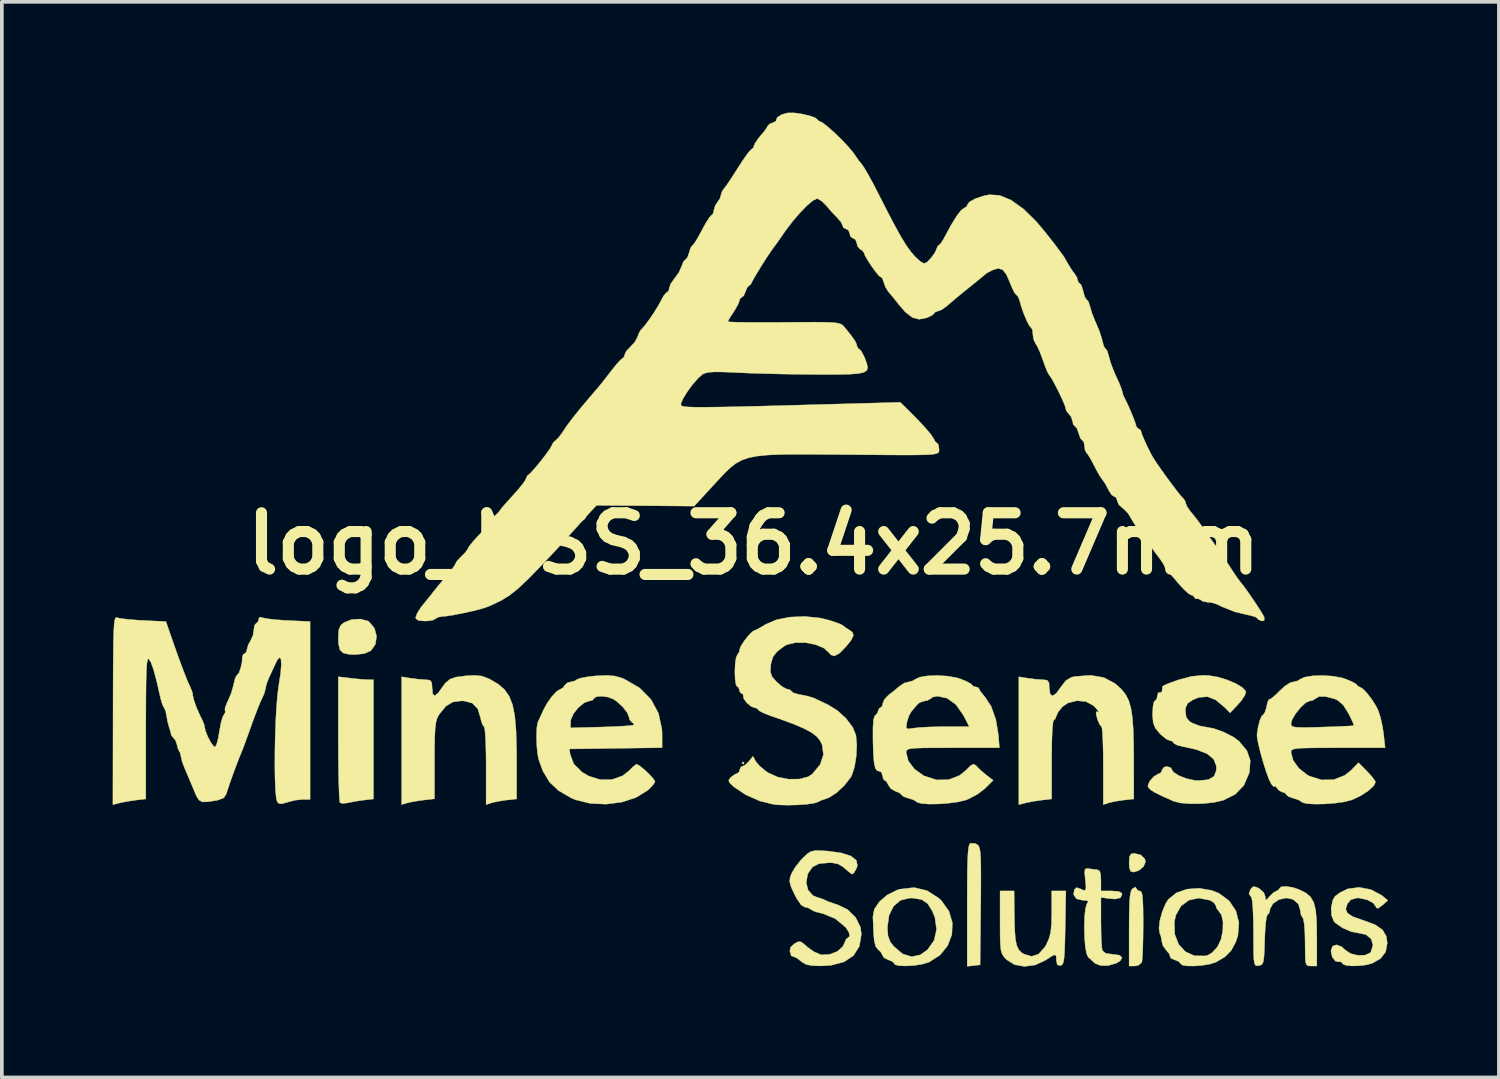
<source format=kicad_pcb>
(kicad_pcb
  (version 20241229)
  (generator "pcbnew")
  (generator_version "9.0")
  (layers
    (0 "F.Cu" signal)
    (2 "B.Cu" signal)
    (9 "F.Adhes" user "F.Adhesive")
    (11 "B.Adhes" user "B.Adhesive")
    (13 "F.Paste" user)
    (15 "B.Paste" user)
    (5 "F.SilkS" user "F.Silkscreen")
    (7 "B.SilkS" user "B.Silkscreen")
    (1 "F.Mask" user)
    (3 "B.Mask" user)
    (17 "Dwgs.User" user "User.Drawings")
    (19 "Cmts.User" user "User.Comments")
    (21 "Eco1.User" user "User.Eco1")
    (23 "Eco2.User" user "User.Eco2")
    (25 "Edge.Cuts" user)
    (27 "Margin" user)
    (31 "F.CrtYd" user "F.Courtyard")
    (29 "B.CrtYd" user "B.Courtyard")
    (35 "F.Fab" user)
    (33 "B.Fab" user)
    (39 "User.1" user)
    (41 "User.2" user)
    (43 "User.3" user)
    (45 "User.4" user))
  (footprint "logo_MSS_36.4x25.7mm"
    (layer "F.Cu")
    (at 17.343 11.66)
    (property "Reference" "logo_MSS_36.4x25.7mm" (at 0 0 0) (layer "F.SilkS") (effects (font (size 1.524 1.524) (thickness 0.3))))
    (attr through_hole)
    (fp_poly (pts (xy -0.254 5.937) (xy -0.286 5.969) (xy -0.318 5.937) (xy -0.286 5.905) (xy -0.254 5.937)) (stroke (width 0.01) (type solid)) (fill yes) (layer "F.SilkS"))
    (fp_poly (pts (xy 10.476 8.425) (xy 10.585 8.534) (xy 10.604 8.612) (xy 10.551 8.738) (xy 10.426 8.845) (xy 10.282 8.89) (xy 10.202 8.867) (xy 10.167 8.776) (xy 10.16 8.636) (xy 10.169 8.472) (xy 10.211 8.399) (xy 10.304 8.382) (xy 10.306 8.382) (xy 10.476 8.425)) (stroke (width 0.01) (type solid)) (fill yes) (layer "F.SilkS"))
    (fp_poly (pts (xy -10.906 3.642) (xy -10.686 3.665) (xy -10.497 3.68) (xy -10.43 3.682) (xy -10.287 3.683) (xy -10.287 6.909) (xy -10.557 6.941) (xy -10.769 6.972) (xy -10.955 7.008) (xy -10.986 7.016) (xy -11.123 7.031) (xy -11.193 7.011) (xy -11.205 6.937) (xy -11.216 6.754) (xy -11.226 6.477) (xy -11.233 6.126) (xy -11.238 5.715) (xy -11.239 5.283) (xy -11.239 3.602) (xy -10.906 3.642)) (stroke (width 0.01) (type solid)) (fill yes) (layer "F.SilkS"))
    (fp_poly (pts (xy -10.445 2.091) (xy -10.401 2.119) (xy -10.259 2.293) (xy -10.203 2.51) (xy -10.235 2.725) (xy -10.357 2.897) (xy -10.36 2.899) (xy -10.539 2.977) (xy -10.793 3.004) (xy -10.954 2.995) (xy -11.107 2.959) (xy -11.194 2.876) (xy -11.232 2.717) (xy -11.239 2.531) (xy -11.226 2.334) (xy -11.176 2.214) (xy -11.083 2.135) (xy -10.879 2.055) (xy -10.646 2.04) (xy -10.445 2.091)) (stroke (width 0.01) (type solid)) (fill yes) (layer "F.SilkS"))
    (fp_poly (pts (xy 5.989 8.113) (xy 6.059 8.148) (xy 6.091 8.184) (xy 6.115 8.248) (xy 6.133 8.356) (xy 6.144 8.523) (xy 6.149 8.763) (xy 6.15 9.092) (xy 6.148 9.525) (xy 6.145 9.811) (xy 6.128 11.398) (xy 5.953 11.418) (xy 5.779 11.438) (xy 5.779 9.79) (xy 5.78 9.276) (xy 5.783 8.875) (xy 5.79 8.575) (xy 5.801 8.361) (xy 5.817 8.221) (xy 5.838 8.141) (xy 5.865 8.108) (xy 5.868 8.107) (xy 5.989 8.113)) (stroke (width 0.01) (type solid)) (fill yes) (layer "F.SilkS"))
    (fp_poly (pts (xy 10.351 9.327) (xy 10.402 9.39) (xy 10.446 9.398) (xy 10.484 9.416) (xy 10.51 9.48) (xy 10.527 9.61) (xy 10.537 9.823) (xy 10.541 10.137) (xy 10.541 10.314) (xy 10.538 10.649) (xy 10.531 10.943) (xy 10.521 11.172) (xy 10.508 11.308) (xy 10.502 11.33) (xy 10.416 11.408) (xy 10.312 11.43) (xy 10.16 11.43) (xy 10.16 10.422) (xy 10.162 10.026) (xy 10.17 9.74) (xy 10.184 9.544) (xy 10.207 9.42) (xy 10.239 9.351) (xy 10.255 9.335) (xy 10.334 9.292) (xy 10.351 9.327)) (stroke (width 0.01) (type solid)) (fill yes) (layer "F.SilkS"))
    (fp_poly (pts (xy 7.055 10.049) (xy 7.063 10.42) (xy 7.082 10.687) (xy 7.118 10.87) (xy 7.176 10.993) (xy 7.261 11.075) (xy 7.31 11.105) (xy 7.522 11.169) (xy 7.711 11.107) (xy 7.878 10.921) (xy 7.922 10.845) (xy 7.994 10.684) (xy 8.038 10.514) (xy 8.059 10.295) (xy 8.065 9.989) (xy 8.065 9.985) (xy 8.065 9.398) (xy 8.449 9.398) (xy 8.431 10.397) (xy 8.423 10.777) (xy 8.413 11.048) (xy 8.399 11.229) (xy 8.378 11.339) (xy 8.348 11.395) (xy 8.307 11.417) (xy 8.303 11.418) (xy 8.218 11.4) (xy 8.192 11.286) (xy 8.191 11.276) (xy 8.187 11.164) (xy 8.155 11.125) (xy 8.071 11.159) (xy 7.909 11.265) (xy 7.9 11.271) (xy 7.623 11.401) (xy 7.331 11.441) (xy 7.059 11.393) (xy 6.842 11.256) (xy 6.838 11.252) (xy 6.769 11.175) (xy 6.721 11.098) (xy 6.692 10.997) (xy 6.676 10.847) (xy 6.669 10.623) (xy 6.668 10.3) (xy 6.668 10.236) (xy 6.668 9.398) (xy 7.048 9.398) (xy 7.055 10.049)) (stroke (width 0.01) (type solid)) (fill yes) (layer "F.SilkS"))
    (fp_poly (pts (xy 9.056 8.794) (xy 9.222 8.817) (xy 9.287 8.822) (xy 9.358 8.851) (xy 9.391 8.951) (xy 9.398 9.112) (xy 9.398 9.398) (xy 9.684 9.398) (xy 9.876 9.412) (xy 9.962 9.457) (xy 9.97 9.488) (xy 9.923 9.585) (xy 9.778 9.618) (xy 9.604 9.603) (xy 9.398 9.572) (xy 9.398 10.242) (xy 9.402 10.53) (xy 9.411 10.776) (xy 9.425 10.95) (xy 9.437 11.012) (xy 9.53 11.089) (xy 9.722 11.113) (xy 9.901 11.138) (xy 9.97 11.202) (xy 9.921 11.288) (xy 9.808 11.356) (xy 9.593 11.417) (xy 9.386 11.417) (xy 9.235 11.357) (xy 9.226 11.348) (xy 9.111 11.24) (xy 9.052 11.189) (xy 9.007 11.089) (xy 8.974 10.897) (xy 8.954 10.647) (xy 8.948 10.373) (xy 8.955 10.109) (xy 8.977 9.89) (xy 9.014 9.751) (xy 9.03 9.728) (xy 9.057 9.675) (xy 8.981 9.654) (xy 8.909 9.652) (xy 8.736 9.611) (xy 8.659 9.5) (xy 8.676 9.367) (xy 8.736 9.307) (xy 8.829 9.336) (xy 8.934 9.384) (xy 8.984 9.37) (xy 8.993 9.272) (xy 8.974 9.085) (xy 8.957 8.9) (xy 8.968 8.811) (xy 9.017 8.789) (xy 9.056 8.794)) (stroke (width 0.01) (type solid)) (fill yes) (layer "F.SilkS"))
    (fp_poly (pts (xy 4.69 9.389) (xy 5.009 9.593) (xy 5.083 9.663) (xy 5.285 9.947) (xy 5.378 10.26) (xy 5.364 10.579) (xy 5.251 10.878) (xy 5.043 11.135) (xy 4.744 11.325) (xy 4.729 11.331) (xy 4.558 11.381) (xy 4.348 11.414) (xy 4.133 11.428) (xy 3.95 11.423) (xy 3.833 11.396) (xy 3.81 11.368) (xy 3.756 11.308) (xy 3.651 11.266) (xy 3.532 11.21) (xy 3.493 11.151) (xy 3.446 11.059) (xy 3.376 10.993) (xy 3.303 10.903) (xy 3.262 10.745) (xy 3.245 10.523) (xy 3.24 10.384) (xy 3.619 10.384) (xy 3.619 10.385) (xy 3.635 10.61) (xy 3.694 10.771) (xy 3.794 10.901) (xy 4.034 11.103) (xy 4.275 11.178) (xy 4.513 11.127) (xy 4.707 10.987) (xy 4.883 10.737) (xy 4.95 10.44) (xy 4.905 10.117) (xy 4.834 9.94) (xy 4.707 9.741) (xy 4.55 9.633) (xy 4.325 9.593) (xy 4.223 9.591) (xy 3.977 9.65) (xy 3.786 9.812) (xy 3.663 10.062) (xy 3.619 10.384) (xy 3.24 10.384) (xy 3.237 10.313) (xy 3.23 10.159) (xy 3.227 10.101) (xy 3.265 9.895) (xy 3.403 9.689) (xy 3.616 9.507) (xy 3.881 9.375) (xy 3.962 9.35) (xy 4.34 9.307) (xy 4.69 9.389)) (stroke (width 0.01) (type solid)) (fill yes) (layer "F.SilkS"))
    (fp_poly (pts (xy 12.39 9.383) (xy 12.593 9.462) (xy 12.867 9.665) (xy 13.05 9.938) (xy 13.131 10.26) (xy 13.104 10.604) (xy 13.047 10.779) (xy 12.92 11.014) (xy 12.748 11.185) (xy 12.516 11.322) (xy 12.36 11.374) (xy 12.156 11.41) (xy 11.938 11.429) (xy 11.742 11.428) (xy 11.604 11.407) (xy 11.557 11.368) (xy 11.503 11.307) (xy 11.399 11.266) (xy 11.292 11.221) (xy 11.27 11.178) (xy 11.251 11.105) (xy 11.175 11.016) (xy 11.079 10.886) (xy 11.049 10.781) (xy 11.019 10.618) (xy 10.991 10.552) (xy 10.968 10.406) (xy 10.987 10.245) (xy 11.383 10.245) (xy 11.396 10.573) (xy 11.501 10.844) (xy 11.683 11.042) (xy 11.925 11.152) (xy 12.212 11.157) (xy 12.288 11.14) (xy 12.407 11.067) (xy 12.535 10.93) (xy 12.558 10.899) (xy 12.648 10.704) (xy 12.696 10.469) (xy 12.701 10.236) (xy 12.66 10.049) (xy 12.605 9.97) (xy 12.524 9.861) (xy 12.509 9.801) (xy 12.456 9.716) (xy 12.347 9.65) (xy 12.044 9.592) (xy 11.777 9.648) (xy 11.564 9.807) (xy 11.424 10.056) (xy 11.383 10.245) (xy 10.987 10.245) (xy 10.994 10.192) (xy 11.059 9.954) (xy 11.151 9.737) (xy 11.222 9.627) (xy 11.436 9.452) (xy 11.725 9.35) (xy 12.053 9.325) (xy 12.39 9.383)) (stroke (width 0.01) (type solid)) (fill yes) (layer "F.SilkS"))
    (fp_poly (pts (xy 16.705 9.362) (xy 16.989 9.514) (xy 17.011 9.531) (xy 17.162 9.654) (xy 17.011 9.786) (xy 16.902 9.866) (xy 16.851 9.858) (xy 16.84 9.825) (xy 16.763 9.723) (xy 16.601 9.638) (xy 16.398 9.592) (xy 16.327 9.588) (xy 16.155 9.638) (xy 16.067 9.745) (xy 16.022 9.886) (xy 16.068 9.999) (xy 16.215 10.095) (xy 16.476 10.187) (xy 16.499 10.194) (xy 16.813 10.31) (xy 17.016 10.449) (xy 17.121 10.627) (xy 17.145 10.809) (xy 17.102 11.049) (xy 16.964 11.227) (xy 16.745 11.354) (xy 16.586 11.398) (xy 16.389 11.423) (xy 16.19 11.428) (xy 16.029 11.412) (xy 15.944 11.376) (xy 15.938 11.361) (xy 15.893 11.314) (xy 15.86 11.319) (xy 15.745 11.3) (xy 15.657 11.189) (xy 15.621 11.022) (xy 15.663 10.895) (xy 15.769 10.856) (xy 15.908 10.906) (xy 16.015 11) (xy 16.156 11.095) (xy 16.346 11.141) (xy 16.536 11.137) (xy 16.676 11.078) (xy 16.703 11.048) (xy 16.76 10.862) (xy 16.709 10.696) (xy 16.569 10.58) (xy 16.384 10.541) (xy 16.172 10.501) (xy 15.938 10.399) (xy 15.746 10.267) (xy 15.704 10.223) (xy 15.638 10.062) (xy 15.628 9.85) (xy 15.672 9.647) (xy 15.732 9.544) (xy 15.866 9.443) (xy 16.052 9.353) (xy 16.088 9.34) (xy 16.389 9.301) (xy 16.705 9.362)) (stroke (width 0.01) (type solid)) (fill yes) (layer "F.SilkS"))
    (fp_poly (pts (xy -7.353 3.585) (xy -7.178 3.65) (xy -7.127 3.675) (xy -6.911 3.802) (xy -6.742 3.948) (xy -6.615 4.129) (xy -6.524 4.361) (xy -6.464 4.662) (xy -6.43 5.048) (xy -6.415 5.535) (xy -6.413 5.83) (xy -6.413 6.909) (xy -6.683 6.939) (xy -6.89 6.97) (xy -7.066 7.007) (xy -7.096 7.016) (xy -7.239 7.063) (xy -7.239 6.008) (xy -7.242 5.658) (xy -7.251 5.357) (xy -7.264 5.126) (xy -7.281 4.986) (xy -7.294 4.953) (xy -7.339 4.897) (xy -7.38 4.76) (xy -7.387 4.723) (xy -7.466 4.468) (xy -7.612 4.317) (xy -7.838 4.257) (xy -7.906 4.255) (xy -8.139 4.286) (xy -8.325 4.396) (xy -8.498 4.606) (xy -8.527 4.649) (xy -8.568 4.733) (xy -8.598 4.847) (xy -8.618 5.011) (xy -8.63 5.246) (xy -8.635 5.573) (xy -8.636 5.863) (xy -8.636 6.905) (xy -8.938 6.94) (xy -9.151 6.971) (xy -9.333 7.007) (xy -9.382 7.019) (xy -9.525 7.063) (xy -9.525 3.603) (xy -9.287 3.642) (xy -9.076 3.669) (xy -8.885 3.682) (xy -8.874 3.682) (xy -8.756 3.697) (xy -8.708 3.765) (xy -8.7 3.905) (xy -8.682 4.072) (xy -8.628 4.117) (xy -8.536 4.041) (xy -8.473 3.953) (xy -8.344 3.775) (xy -8.218 3.669) (xy -8.053 3.612) (xy -7.805 3.579) (xy -7.794 3.578) (xy -7.54 3.564) (xy -7.353 3.585)) (stroke (width 0.01) (type solid)) (fill yes) (layer "F.SilkS"))
    (fp_poly (pts (xy 9.477 3.624) (xy 9.779 3.785) (xy 9.953 3.942) (xy 10.064 4.08) (xy 10.148 4.242) (xy 10.208 4.445) (xy 10.249 4.708) (xy 10.273 5.051) (xy 10.284 5.492) (xy 10.286 5.788) (xy 10.287 6.909) (xy 10.017 6.939) (xy 9.81 6.97) (xy 9.635 7.007) (xy 9.604 7.016) (xy 9.461 7.063) (xy 9.461 6.008) (xy 9.459 5.658) (xy 9.451 5.357) (xy 9.44 5.126) (xy 9.425 4.986) (xy 9.414 4.953) (xy 9.365 4.899) (xy 9.307 4.765) (xy 9.297 4.733) (xy 9.265 4.6) (xy 9.273 4.544) (xy 9.281 4.547) (xy 9.335 4.563) (xy 9.312 4.511) (xy 9.227 4.414) (xy 9.196 4.384) (xy 8.993 4.274) (xy 8.747 4.251) (xy 8.506 4.311) (xy 8.353 4.416) (xy 8.245 4.549) (xy 8.192 4.66) (xy 8.191 4.67) (xy 8.156 4.753) (xy 8.128 4.763) (xy 8.103 4.824) (xy 8.084 5.004) (xy 8.071 5.292) (xy 8.065 5.679) (xy 8.065 5.836) (xy 8.065 6.909) (xy 7.795 6.941) (xy 7.577 6.973) (xy 7.382 7.011) (xy 7.35 7.019) (xy 7.176 7.063) (xy 7.176 3.603) (xy 7.414 3.642) (xy 7.625 3.669) (xy 7.815 3.682) (xy 7.826 3.682) (xy 7.944 3.697) (xy 7.992 3.765) (xy 8.001 3.905) (xy 8.024 4.071) (xy 8.088 4.12) (xy 8.19 4.051) (xy 8.314 3.88) (xy 8.449 3.705) (xy 8.599 3.617) (xy 8.695 3.595) (xy 9.122 3.563) (xy 9.477 3.624)) (stroke (width 0.01) (type solid)) (fill yes) (layer "F.SilkS"))
    (fp_poly (pts (xy 14.599 9.306) (xy 14.755 9.359) (xy 14.938 9.449) (xy 15.069 9.559) (xy 15.157 9.71) (xy 15.209 9.923) (xy 15.234 10.22) (xy 15.24 10.613) (xy 15.24 11.43) (xy 15.081 11.43) (xy 15.009 11.426) (xy 14.963 11.399) (xy 14.937 11.325) (xy 14.926 11.182) (xy 14.923 10.945) (xy 14.922 10.799) (xy 14.916 10.523) (xy 14.9 10.301) (xy 14.876 10.161) (xy 14.859 10.128) (xy 14.809 10.04) (xy 14.796 9.939) (xy 14.74 9.749) (xy 14.59 9.625) (xy 14.411 9.588) (xy 14.216 9.631) (xy 14.057 9.739) (xy 13.974 9.881) (xy 13.97 9.92) (xy 13.941 10.015) (xy 13.909 10.033) (xy 13.881 10.092) (xy 13.857 10.255) (xy 13.838 10.496) (xy 13.829 10.716) (xy 13.82 11.017) (xy 13.807 11.215) (xy 13.786 11.331) (xy 13.752 11.39) (xy 13.698 11.413) (xy 13.668 11.419) (xy 13.613 11.423) (xy 13.574 11.406) (xy 13.549 11.348) (xy 13.534 11.23) (xy 13.528 11.034) (xy 13.526 10.74) (xy 13.525 10.517) (xy 13.521 10.155) (xy 13.509 9.862) (xy 13.491 9.659) (xy 13.467 9.562) (xy 13.462 9.557) (xy 13.403 9.483) (xy 13.44 9.368) (xy 13.459 9.337) (xy 13.518 9.28) (xy 13.609 9.297) (xy 13.68 9.332) (xy 13.804 9.442) (xy 13.845 9.552) (xy 13.852 9.639) (xy 13.886 9.633) (xy 13.966 9.541) (xy 14.074 9.438) (xy 14.155 9.398) (xy 14.221 9.353) (xy 14.224 9.335) (xy 14.278 9.284) (xy 14.415 9.275) (xy 14.599 9.306)) (stroke (width 0.01) (type solid)) (fill yes) (layer "F.SilkS"))
    (fp_poly (pts (xy 1.861 8.31) (xy 2 8.319) (xy 2.369 8.369) (xy 2.63 8.453) (xy 2.778 8.568) (xy 2.809 8.713) (xy 2.781 8.791) (xy 2.711 8.915) (xy 2.661 8.944) (xy 2.59 8.893) (xy 2.577 8.882) (xy 2.407 8.738) (xy 2.275 8.665) (xy 2.13 8.638) (xy 2.031 8.636) (xy 1.768 8.661) (xy 1.594 8.749) (xy 1.477 8.915) (xy 1.462 8.951) (xy 1.422 9.173) (xy 1.474 9.376) (xy 1.605 9.523) (xy 1.707 9.566) (xy 1.855 9.612) (xy 1.937 9.65) (xy 2.034 9.693) (xy 2.201 9.75) (xy 2.267 9.769) (xy 2.544 9.904) (xy 2.76 10.116) (xy 2.889 10.375) (xy 2.916 10.571) (xy 2.859 10.898) (xy 2.702 11.148) (xy 2.445 11.319) (xy 2.092 11.411) (xy 1.838 11.427) (xy 1.586 11.42) (xy 1.422 11.388) (xy 1.308 11.323) (xy 1.285 11.303) (xy 1.165 11.211) (xy 1.082 11.176) (xy 1.018 11.156) (xy 1.016 11.149) (xy 0.996 11.075) (xy 0.979 11.027) (xy 1.001 10.92) (xy 1.098 10.83) (xy 1.202 10.772) (xy 1.284 10.778) (xy 1.391 10.858) (xy 1.451 10.913) (xy 1.624 11.039) (xy 1.804 11.118) (xy 1.84 11.126) (xy 2.061 11.115) (xy 2.267 11.033) (xy 2.413 10.903) (xy 2.453 10.818) (xy 2.502 10.704) (xy 2.547 10.668) (xy 2.599 10.625) (xy 2.578 10.518) (xy 2.491 10.383) (xy 2.49 10.382) (xy 2.212 10.15) (xy 1.871 10.01) (xy 1.818 9.999) (xy 1.657 9.956) (xy 1.559 9.907) (xy 1.551 9.899) (xy 1.466 9.851) (xy 1.398 9.842) (xy 1.293 9.786) (xy 1.172 9.614) (xy 1.108 9.493) (xy 1.015 9.291) (xy 0.976 9.155) (xy 0.984 9.043) (xy 1.021 8.937) (xy 1.12 8.765) (xy 1.268 8.576) (xy 1.331 8.509) (xy 1.454 8.393) (xy 1.555 8.329) (xy 1.677 8.305) (xy 1.861 8.31)) (stroke (width 0.01) (type solid)) (fill yes) (layer "F.SilkS"))
    (fp_poly (pts (xy -3.75 3.584) (xy -3.562 3.639) (xy -3.492 3.668) (xy -3.085 3.905) (xy -2.777 4.217) (xy -2.574 4.594) (xy -2.482 5.026) (xy -2.477 5.158) (xy -2.477 5.522) (xy -3.731 5.539) (xy -4.985 5.556) (xy -4.963 5.711) (xy -4.864 5.966) (xy -4.645 6.182) (xy -4.46 6.291) (xy -4.148 6.388) (xy -3.832 6.384) (xy -3.547 6.283) (xy -3.381 6.154) (xy -3.262 6.037) (xy -3.178 5.973) (xy -3.165 5.969) (xy -3.087 6.01) (xy -2.961 6.112) (xy -2.826 6.24) (xy -2.715 6.36) (xy -2.667 6.437) (xy -2.667 6.439) (xy -2.711 6.518) (xy -2.823 6.636) (xy -2.87 6.678) (xy -3.182 6.87) (xy -3.569 6.996) (xy -3.994 7.05) (xy -4.422 7.03) (xy -4.818 6.933) (xy -4.941 6.881) (xy -5.278 6.684) (xy -5.523 6.453) (xy -5.702 6.155) (xy -5.817 5.842) (xy -5.849 5.673) (xy -5.869 5.444) (xy -5.875 5.2) (xy -5.867 4.985) (xy -4.953 4.985) (xy -4.112 4.963) (xy -3.798 4.952) (xy -3.532 4.938) (xy -3.34 4.924) (xy -3.244 4.909) (xy -3.239 4.906) (xy -3.256 4.859) (xy -3.286 4.844) (xy -3.357 4.764) (xy -3.368 4.71) (xy -3.417 4.579) (xy -3.541 4.419) (xy -3.704 4.27) (xy -3.798 4.207) (xy -3.941 4.153) (xy -4.105 4.13) (xy -4.245 4.139) (xy -4.316 4.18) (xy -4.318 4.191) (xy -4.371 4.243) (xy -4.44 4.255) (xy -4.586 4.307) (xy -4.744 4.437) (xy -4.877 4.605) (xy -4.949 4.773) (xy -4.953 4.815) (xy -4.953 4.985) (xy -5.867 4.985) (xy -5.867 4.984) (xy -5.843 4.841) (xy -5.837 4.826) (xy -5.78 4.706) (xy -5.703 4.536) (xy -5.691 4.508) (xy -5.587 4.317) (xy -5.458 4.136) (xy -5.33 3.999) (xy -5.23 3.938) (xy -5.222 3.937) (xy -5.145 3.886) (xy -5.121 3.842) (xy -5.034 3.761) (xy -4.968 3.747) (xy -4.832 3.712) (xy -4.784 3.679) (xy -4.69 3.641) (xy -4.508 3.606) (xy -4.274 3.579) (xy -4.247 3.577) (xy -3.962 3.566) (xy -3.75 3.584)) (stroke (width 0.01) (type solid)) (fill yes) (layer "F.SilkS"))
    (fp_poly (pts (xy 12.304 3.568) (xy 12.551 3.608) (xy 12.808 3.685) (xy 13.042 3.784) (xy 13.223 3.891) (xy 13.316 3.993) (xy 13.322 4.009) (xy 13.291 4.107) (xy 13.194 4.252) (xy 13.116 4.342) (xy 12.892 4.58) (xy 12.748 4.433) (xy 12.507 4.23) (xy 12.281 4.141) (xy 12.046 4.162) (xy 11.884 4.227) (xy 11.743 4.322) (xy 11.689 4.447) (xy 11.684 4.543) (xy 11.709 4.712) (xy 11.806 4.819) (xy 11.871 4.856) (xy 12.05 4.927) (xy 12.205 4.958) (xy 12.447 5.002) (xy 12.728 5.103) (xy 12.987 5.237) (xy 13.135 5.347) (xy 13.346 5.601) (xy 13.438 5.865) (xy 13.418 6.164) (xy 13.406 6.215) (xy 13.264 6.543) (xy 13.033 6.783) (xy 12.704 6.946) (xy 12.697 6.948) (xy 12.446 7.005) (xy 12.142 7.035) (xy 11.83 7.04) (xy 11.554 7.018) (xy 11.367 6.971) (xy 11.061 6.835) (xy 10.856 6.734) (xy 10.735 6.657) (xy 10.678 6.593) (xy 10.668 6.549) (xy 10.716 6.43) (xy 10.826 6.306) (xy 10.95 6.229) (xy 10.986 6.223) (xy 11.042 6.172) (xy 11.049 6.128) (xy 11.102 6.05) (xy 11.176 6.032) (xy 11.279 6.057) (xy 11.303 6.091) (xy 11.36 6.185) (xy 11.508 6.279) (xy 11.71 6.358) (xy 11.932 6.406) (xy 12.049 6.413) (xy 12.306 6.386) (xy 12.459 6.297) (xy 12.52 6.136) (xy 12.518 6.009) (xy 12.447 5.831) (xy 12.272 5.687) (xy 11.984 5.573) (xy 11.61 5.491) (xy 11.455 5.451) (xy 11.371 5.404) (xy 11.367 5.392) (xy 11.315 5.34) (xy 11.272 5.334) (xy 11.172 5.291) (xy 11.036 5.183) (xy 10.986 5.134) (xy 10.869 4.991) (xy 10.812 4.847) (xy 10.795 4.645) (xy 10.795 4.594) (xy 10.806 4.406) (xy 10.833 4.283) (xy 10.858 4.255) (xy 10.91 4.201) (xy 10.922 4.124) (xy 10.946 4.036) (xy 10.986 4.032) (xy 11.043 4.019) (xy 11.063 3.911) (xy 11.06 3.868) (xy 11.114 3.832) (xy 11.259 3.771) (xy 11.466 3.697) (xy 11.498 3.686) (xy 11.85 3.592) (xy 12.158 3.563) (xy 12.304 3.568)) (stroke (width 0.01) (type solid)) (fill yes) (layer "F.SilkS"))
    (fp_poly (pts (xy 15.668 3.586) (xy 15.917 3.631) (xy 15.997 3.656) (xy 16.176 3.729) (xy 16.293 3.793) (xy 16.32 3.823) (xy 16.369 3.872) (xy 16.387 3.873) (xy 16.478 3.924) (xy 16.604 4.054) (xy 16.74 4.232) (xy 16.858 4.426) (xy 16.896 4.505) (xy 16.96 4.695) (xy 17.016 4.947) (xy 17.043 5.128) (xy 17.088 5.524) (xy 15.815 5.524) (xy 15.382 5.525) (xy 15.061 5.528) (xy 14.833 5.534) (xy 14.684 5.546) (xy 14.597 5.565) (xy 14.555 5.592) (xy 14.542 5.629) (xy 14.541 5.646) (xy 14.598 5.862) (xy 14.751 6.077) (xy 14.974 6.254) (xy 15.038 6.29) (xy 15.369 6.394) (xy 15.698 6.386) (xy 15.997 6.27) (xy 16.166 6.135) (xy 16.367 5.928) (xy 16.597 6.16) (xy 16.729 6.303) (xy 16.812 6.417) (xy 16.828 6.455) (xy 16.774 6.56) (xy 16.633 6.688) (xy 16.438 6.816) (xy 16.218 6.922) (xy 16.161 6.943) (xy 15.969 6.99) (xy 15.723 7.024) (xy 15.456 7.044) (xy 15.2 7.049) (xy 14.99 7.038) (xy 14.857 7.009) (xy 14.83 6.99) (xy 14.748 6.936) (xy 14.604 6.89) (xy 14.471 6.844) (xy 14.415 6.79) (xy 14.415 6.789) (xy 14.363 6.737) (xy 14.322 6.731) (xy 14.217 6.682) (xy 14.166 6.62) (xy 14.114 6.556) (xy 14.099 6.571) (xy 14.068 6.574) (xy 14.006 6.502) (xy 13.944 6.376) (xy 13.868 6.166) (xy 13.786 5.908) (xy 13.711 5.64) (xy 13.653 5.399) (xy 13.622 5.221) (xy 13.62 5.167) (xy 13.651 4.961) (xy 13.675 4.869) (xy 14.541 4.869) (xy 14.549 4.918) (xy 14.585 4.95) (xy 14.669 4.968) (xy 14.822 4.975) (xy 15.063 4.973) (xy 15.383 4.964) (xy 15.695 4.954) (xy 15.957 4.943) (xy 16.146 4.933) (xy 16.237 4.925) (xy 16.242 4.923) (xy 16.225 4.863) (xy 16.162 4.725) (xy 16.096 4.593) (xy 15.953 4.367) (xy 15.799 4.236) (xy 15.725 4.203) (xy 15.484 4.139) (xy 15.302 4.137) (xy 15.208 4.191) (xy 15.118 4.245) (xy 15.051 4.255) (xy 14.94 4.305) (xy 14.803 4.43) (xy 14.67 4.594) (xy 14.573 4.757) (xy 14.541 4.869) (xy 13.675 4.869) (xy 13.698 4.779) (xy 13.75 4.661) (xy 13.782 4.636) (xy 13.829 4.58) (xy 13.873 4.443) (xy 13.879 4.41) (xy 13.914 4.272) (xy 13.947 4.214) (xy 13.952 4.216) (xy 14.009 4.191) (xy 14.122 4.095) (xy 14.221 3.996) (xy 14.376 3.855) (xy 14.518 3.765) (xy 14.582 3.747) (xy 14.722 3.713) (xy 14.777 3.676) (xy 14.908 3.614) (xy 15.125 3.578) (xy 15.391 3.568) (xy 15.668 3.586)) (stroke (width 0.01) (type solid)) (fill yes) (layer "F.SilkS"))
    (fp_poly (pts (xy 5.254 3.586) (xy 5.503 3.631) (xy 5.583 3.656) (xy 5.762 3.729) (xy 5.879 3.793) (xy 5.905 3.823) (xy 5.957 3.868) (xy 6.001 3.873) (xy 6.085 3.9) (xy 6.096 3.922) (xy 6.135 3.996) (xy 6.232 4.117) (xy 6.254 4.141) (xy 6.427 4.404) (xy 6.553 4.757) (xy 6.622 5.171) (xy 6.624 5.191) (xy 6.65 5.524) (xy 5.389 5.524) (xy 4.959 5.525) (xy 4.64 5.527) (xy 4.415 5.533) (xy 4.268 5.545) (xy 4.182 5.564) (xy 4.141 5.592) (xy 4.128 5.63) (xy 4.128 5.658) (xy 4.187 5.884) (xy 4.35 6.099) (xy 4.597 6.276) (xy 4.62 6.288) (xy 4.952 6.394) (xy 5.279 6.387) (xy 5.575 6.272) (xy 5.747 6.132) (xy 5.872 6.007) (xy 5.949 5.967) (xy 6.01 5.998) (xy 6.037 6.027) (xy 6.151 6.141) (xy 6.301 6.266) (xy 6.305 6.269) (xy 6.482 6.404) (xy 6.265 6.621) (xy 6.063 6.778) (xy 5.815 6.91) (xy 5.727 6.943) (xy 5.528 6.99) (xy 5.278 7.024) (xy 5.011 7.044) (xy 4.76 7.048) (xy 4.556 7.035) (xy 4.434 7.005) (xy 4.416 6.99) (xy 4.334 6.936) (xy 4.19 6.89) (xy 4.057 6.846) (xy 4.001 6.797) (xy 4 6.796) (xy 3.947 6.744) (xy 3.846 6.706) (xy 3.711 6.629) (xy 3.651 6.54) (xy 3.594 6.438) (xy 3.552 6.413) (xy 3.504 6.36) (xy 3.493 6.287) (xy 3.455 6.184) (xy 3.402 6.16) (xy 3.336 6.14) (xy 3.291 6.071) (xy 3.26 5.933) (xy 3.241 5.707) (xy 3.23 5.376) (xy 3.229 5.306) (xy 3.229 4.973) (xy 3.229 4.969) (xy 4.128 4.969) (xy 4.164 5.015) (xy 4.289 5) (xy 4.316 4.995) (xy 4.469 4.977) (xy 4.709 4.963) (xy 4.999 4.954) (xy 5.18 4.953) (xy 5.836 4.953) (xy 5.671 4.636) (xy 5.474 4.356) (xy 5.235 4.183) (xy 4.979 4.128) (xy 4.848 4.152) (xy 4.794 4.191) (xy 4.705 4.245) (xy 4.634 4.255) (xy 4.493 4.3) (xy 4.432 4.352) (xy 4.318 4.484) (xy 4.27 4.539) (xy 4.2 4.663) (xy 4.148 4.832) (xy 4.128 4.969) (xy 3.229 4.969) (xy 3.245 4.76) (xy 3.278 4.659) (xy 3.291 4.65) (xy 3.359 4.573) (xy 3.365 4.535) (xy 3.402 4.454) (xy 3.429 4.445) (xy 3.482 4.392) (xy 3.493 4.327) (xy 3.541 4.21) (xy 3.658 4.091) (xy 3.661 4.089) (xy 3.822 3.965) (xy 3.947 3.858) (xy 4.081 3.771) (xy 4.178 3.747) (xy 4.315 3.71) (xy 4.363 3.676) (xy 4.494 3.614) (xy 4.711 3.578) (xy 4.977 3.568) (xy 5.254 3.586)) (stroke (width 0.01) (type solid)) (fill yes) (layer "F.SilkS"))
    (fp_poly (pts (xy 1.789 2.012) (xy 2.004 2.062) (xy 2.207 2.126) (xy 2.356 2.182) (xy 2.413 2.213) (xy 2.489 2.274) (xy 2.568 2.322) (xy 2.675 2.4) (xy 2.699 2.489) (xy 2.638 2.614) (xy 2.504 2.781) (xy 2.323 2.966) (xy 2.187 3.041) (xy 2.085 3.008) (xy 2.051 2.963) (xy 1.906 2.83) (xy 1.678 2.733) (xy 1.408 2.681) (xy 1.136 2.679) (xy 0.903 2.733) (xy 0.824 2.776) (xy 0.634 2.922) (xy 0.528 3.056) (xy 0.474 3.223) (xy 0.462 3.301) (xy 0.454 3.477) (xy 0.503 3.608) (xy 0.622 3.743) (xy 0.764 3.864) (xy 0.887 3.932) (xy 0.916 3.937) (xy 1.004 3.966) (xy 1.016 3.992) (xy 1.072 4.036) (xy 1.213 4.078) (xy 1.273 4.089) (xy 1.465 4.128) (xy 1.616 4.173) (xy 1.638 4.183) (xy 1.762 4.242) (xy 1.941 4.326) (xy 2 4.353) (xy 2.264 4.515) (xy 2.501 4.731) (xy 2.68 4.968) (xy 2.768 5.184) (xy 2.792 5.455) (xy 2.776 5.758) (xy 2.729 6.047) (xy 2.655 6.273) (xy 2.626 6.325) (xy 2.45 6.549) (xy 2.242 6.742) (xy 2.043 6.871) (xy 1.968 6.898) (xy 1.823 6.948) (xy 1.746 6.988) (xy 1.637 7.024) (xy 1.437 7.053) (xy 1.183 7.071) (xy 0.912 7.077) (xy 0.66 7.069) (xy 0.54 7.057) (xy 0.166 6.964) (xy -0.211 6.797) (xy -0.53 6.586) (xy -0.542 6.576) (xy -0.653 6.47) (xy -0.675 6.4) (xy -0.619 6.325) (xy -0.618 6.324) (xy -0.509 6.243) (xy -0.449 6.223) (xy -0.389 6.172) (xy -0.381 6.128) (xy -0.344 6.043) (xy -0.312 6.032) (xy -0.225 5.988) (xy -0.13 5.893) (xy -0.017 5.754) (xy 0.058 5.894) (xy 0.155 6.011) (xy 0.316 6.147) (xy 0.4 6.204) (xy 0.656 6.318) (xy 0.947 6.374) (xy 1.234 6.371) (xy 1.475 6.309) (xy 1.588 6.236) (xy 1.8 5.977) (xy 1.889 5.712) (xy 1.855 5.449) (xy 1.802 5.338) (xy 1.712 5.224) (xy 1.573 5.116) (xy 1.367 5.005) (xy 1.08 4.882) (xy 0.694 4.74) (xy 0.46 4.66) (xy 0.278 4.589) (xy 0.156 4.527) (xy 0.127 4.496) (xy 0.076 4.45) (xy 0.034 4.445) (xy -0.07 4.404) (xy -0.182 4.31) (xy -0.266 4.201) (xy -0.28 4.119) (xy -0.28 4.118) (xy -0.293 4.067) (xy -0.314 4.064) (xy -0.373 4.013) (xy -0.381 3.969) (xy -0.415 3.884) (xy -0.445 3.873) (xy -0.478 3.815) (xy -0.501 3.661) (xy -0.508 3.464) (xy -0.499 3.248) (xy -0.475 3.085) (xy -0.445 3.016) (xy -0.388 2.925) (xy -0.38 2.87) (xy -0.342 2.769) (xy -0.25 2.627) (xy -0.136 2.484) (xy -0.03 2.379) (xy 0.025 2.349) (xy 0.098 2.318) (xy 0.239 2.239) (xy 0.33 2.183) (xy 0.617 2.06) (xy 0.982 1.988) (xy 1.385 1.971) (xy 1.789 2.012)) (stroke (width 0.01) (type solid)) (fill yes) (layer "F.SilkS"))
    (fp_poly (pts (xy -13.287 2.005) (xy -13.177 2.03) (xy -12.975 2.054) (xy -12.717 2.075) (xy -12.589 2.081) (xy -12.002 2.108) (xy -12.002 6.921) (xy -12.203 6.921) (xy -12.41 6.944) (xy -12.62 6.999) (xy -12.772 7.043) (xy -12.855 7.027) (xy -12.893 6.983) (xy -12.92 6.874) (xy -12.939 6.661) (xy -12.951 6.366) (xy -12.956 6.01) (xy -12.954 5.617) (xy -12.946 5.208) (xy -12.932 4.805) (xy -12.911 4.432) (xy -12.885 4.11) (xy -12.854 3.861) (xy -12.85 3.836) (xy -12.8 3.513) (xy -12.781 3.274) (xy -12.79 3.127) (xy -12.826 3.082) (xy -12.888 3.148) (xy -12.935 3.239) (xy -13.029 3.444) (xy -13.119 3.637) (xy -13.122 3.645) (xy -13.183 3.803) (xy -13.208 3.921) (xy -13.237 4.041) (xy -13.299 4.181) (xy -13.361 4.315) (xy -13.448 4.533) (xy -13.547 4.795) (xy -13.592 4.921) (xy -13.686 5.185) (xy -13.77 5.415) (xy -13.831 5.576) (xy -13.849 5.62) (xy -13.916 5.782) (xy -14.003 6.009) (xy -14.096 6.261) (xy -14.181 6.501) (xy -14.244 6.69) (xy -14.268 6.772) (xy -14.338 6.881) (xy -14.5 6.942) (xy -14.532 6.948) (xy -14.77 6.986) (xy -14.917 6.989) (xy -15.009 6.94) (xy -15.082 6.821) (xy -15.16 6.636) (xy -15.26 6.399) (xy -15.353 6.179) (xy -15.406 6.055) (xy -15.467 5.891) (xy -15.494 5.768) (xy -15.494 5.764) (xy -15.521 5.652) (xy -15.538 5.629) (xy -15.582 5.536) (xy -15.603 5.446) (xy -15.648 5.317) (xy -15.692 5.266) (xy -15.757 5.188) (xy -15.761 5.168) (xy -15.784 5.068) (xy -15.813 4.981) (xy -15.858 4.818) (xy -15.885 4.663) (xy -15.915 4.518) (xy -15.954 4.441) (xy -15.995 4.363) (xy -16.043 4.205) (xy -16.062 4.124) (xy -16.157 3.71) (xy -16.237 3.411) (xy -16.307 3.217) (xy -16.365 3.123) (xy -16.388 3.119) (xy -16.407 3.167) (xy -16.422 3.279) (xy -16.432 3.467) (xy -16.44 3.74) (xy -16.444 4.111) (xy -16.446 4.59) (xy -16.447 4.974) (xy -16.447 6.909) (xy -16.716 6.941) (xy -16.934 6.973) (xy -17.13 7.011) (xy -17.162 7.019) (xy -17.338 7.064) (xy -17.334 4.51) (xy -17.333 3.873) (xy -17.331 3.352) (xy -17.327 2.935) (xy -17.323 2.612) (xy -17.315 2.37) (xy -17.305 2.2) (xy -17.292 2.089) (xy -17.275 2.026) (xy -17.254 2.001) (xy -17.228 2.001) (xy -17.222 2.004) (xy -17.113 2.028) (xy -16.912 2.051) (xy -16.653 2.072) (xy -16.507 2.08) (xy -15.902 2.109) (xy -15.768 2.499) (xy -15.633 2.885) (xy -15.505 3.239) (xy -15.391 3.539) (xy -15.3 3.763) (xy -15.241 3.889) (xy -15.186 4.032) (xy -15.177 4.101) (xy -15.149 4.231) (xy -15.077 4.432) (xy -14.976 4.66) (xy -14.917 4.778) (xy -14.868 4.901) (xy -14.859 4.952) (xy -14.833 5.07) (xy -14.77 5.225) (xy -14.69 5.376) (xy -14.615 5.481) (xy -14.574 5.504) (xy -14.533 5.435) (xy -14.489 5.275) (xy -14.455 5.075) (xy -14.416 4.858) (xy -14.37 4.694) (xy -14.33 4.623) (xy -14.292 4.557) (xy -14.304 4.534) (xy -14.305 4.456) (xy -14.254 4.314) (xy -14.227 4.261) (xy -14.134 4.042) (xy -14.07 3.815) (xy -14.067 3.794) (xy -14.029 3.641) (xy -13.985 3.56) (xy -13.975 3.556) (xy -13.929 3.501) (xy -13.881 3.37) (xy -13.845 3.212) (xy -13.836 3.078) (xy -13.837 3.064) (xy -13.807 2.991) (xy -13.782 2.985) (xy -13.725 2.932) (xy -13.714 2.873) (xy -13.675 2.736) (xy -13.619 2.639) (xy -13.547 2.481) (xy -13.525 2.337) (xy -13.506 2.209) (xy -13.462 2.159) (xy -13.407 2.107) (xy -13.399 2.057) (xy -13.368 1.988) (xy -13.287 2.005)) (stroke (width 0.01) (type solid)) (fill yes) (layer "F.SilkS"))
    (fp_poly (pts (xy 1.108 -11.655) (xy 1.314 -11.624) (xy 1.515 -11.577) (xy 1.657 -11.527) (xy 1.704 -11.493) (xy 1.769 -11.432) (xy 1.783 -11.43) (xy 1.87 -11.386) (xy 2.017 -11.271) (xy 2.198 -11.108) (xy 2.389 -10.922) (xy 2.565 -10.735) (xy 2.701 -10.573) (xy 2.758 -10.489) (xy 2.85 -10.357) (xy 2.923 -10.271) (xy 2.992 -10.171) (xy 3.101 -9.984) (xy 3.236 -9.738) (xy 3.371 -9.476) (xy 3.619 -8.988) (xy 3.822 -8.601) (xy 3.99 -8.299) (xy 4.132 -8.068) (xy 4.257 -7.893) (xy 4.374 -7.759) (xy 4.492 -7.652) (xy 4.525 -7.625) (xy 4.61 -7.581) (xy 4.689 -7.612) (xy 4.795 -7.722) (xy 4.898 -7.862) (xy 4.951 -7.971) (xy 4.953 -7.985) (xy 4.984 -8.059) (xy 5.002 -8.065) (xy 5.059 -8.116) (xy 5.141 -8.244) (xy 5.172 -8.303) (xy 5.344 -8.621) (xy 5.496 -8.867) (xy 5.618 -9.025) (xy 5.699 -9.08) (xy 5.773 -9.13) (xy 5.779 -9.16) (xy 5.836 -9.244) (xy 5.989 -9.33) (xy 6.205 -9.404) (xy 6.375 -9.441) (xy 6.657 -9.424) (xy 6.97 -9.293) (xy 7.307 -9.051) (xy 7.658 -8.705) (xy 7.874 -8.447) (xy 8.008 -8.277) (xy 8.129 -8.124) (xy 8.143 -8.107) (xy 8.396 -7.764) (xy 8.552 -7.495) (xy 8.553 -7.493) (xy 8.637 -7.363) (xy 8.68 -7.314) (xy 8.752 -7.196) (xy 8.763 -7.139) (xy 8.795 -7.058) (xy 8.819 -7.048) (xy 8.867 -6.993) (xy 8.911 -6.856) (xy 8.918 -6.826) (xy 8.958 -6.68) (xy 9.004 -6.606) (xy 9.012 -6.604) (xy 9.06 -6.549) (xy 9.102 -6.417) (xy 9.103 -6.414) (xy 9.155 -6.235) (xy 9.24 -6.022) (xy 9.268 -5.96) (xy 9.358 -5.744) (xy 9.425 -5.532) (xy 9.436 -5.483) (xy 9.475 -5.34) (xy 9.52 -5.272) (xy 9.525 -5.271) (xy 9.568 -5.215) (xy 9.61 -5.08) (xy 9.614 -5.058) (xy 9.665 -4.878) (xy 9.753 -4.65) (xy 9.812 -4.518) (xy 9.898 -4.329) (xy 9.955 -4.183) (xy 9.97 -4.127) (xy 9.998 -4.021) (xy 10.031 -3.952) (xy 10.11 -3.794) (xy 10.198 -3.596) (xy 10.279 -3.4) (xy 10.335 -3.245) (xy 10.351 -3.178) (xy 10.397 -3.114) (xy 10.414 -3.111) (xy 10.476 -3.069) (xy 10.477 -3.056) (xy 10.504 -2.966) (xy 10.571 -2.804) (xy 10.66 -2.611) (xy 10.752 -2.428) (xy 10.813 -2.32) (xy 10.915 -2.164) (xy 11.055 -1.964) (xy 11.212 -1.747) (xy 11.368 -1.538) (xy 11.503 -1.363) (xy 11.598 -1.248) (xy 11.631 -1.217) (xy 11.681 -1.144) (xy 11.684 -1.116) (xy 11.722 -1.013) (xy 11.81 -0.883) (xy 11.927 -0.74) (xy 12.013 -0.63) (xy 12.1 -0.511) (xy 12.22 -0.34) (xy 12.257 -0.286) (xy 12.379 -0.113) (xy 12.472 0.015) (xy 12.511 0.064) (xy 12.559 0.128) (xy 12.656 0.273) (xy 12.785 0.469) (xy 12.825 0.532) (xy 12.965 0.745) (xy 13.084 0.921) (xy 13.163 1.028) (xy 13.173 1.04) (xy 13.257 1.145) (xy 13.381 1.317) (xy 13.522 1.521) (xy 13.657 1.725) (xy 13.763 1.893) (xy 13.817 1.993) (xy 13.818 1.994) (xy 13.813 2.08) (xy 13.76 2.095) (xy 13.661 2.059) (xy 13.641 2.031) (xy 13.571 1.981) (xy 13.42 1.938) (xy 13.366 1.929) (xy 13.023 1.846) (xy 12.665 1.703) (xy 12.558 1.648) (xy 12.406 1.599) (xy 12.292 1.587) (xy 12.157 1.564) (xy 12.096 1.523) (xy 12.02 1.486) (xy 11.997 1.495) (xy 11.942 1.486) (xy 11.938 1.464) (xy 11.887 1.403) (xy 11.852 1.397) (xy 11.767 1.351) (xy 11.637 1.233) (xy 11.518 1.103) (xy 11.372 0.931) (xy 11.249 0.79) (xy 11.192 0.727) (xy 11.124 0.635) (xy 11.113 0.601) (xy 11.076 0.53) (xy 10.984 0.398) (xy 10.922 0.317) (xy 10.81 0.166) (xy 10.74 0.053) (xy 10.73 0.023) (xy 10.687 -0.052) (xy 10.582 -0.173) (xy 10.54 -0.217) (xy 10.383 -0.405) (xy 10.25 -0.619) (xy 10.24 -0.641) (xy 10.134 -0.815) (xy 10.012 -0.942) (xy 9.985 -0.959) (xy 9.876 -1.061) (xy 9.842 -1.154) (xy 9.807 -1.251) (xy 9.763 -1.27) (xy 9.685 -1.322) (xy 9.604 -1.45) (xy 9.598 -1.462) (xy 9.515 -1.621) (xy 9.436 -1.732) (xy 9.366 -1.832) (xy 9.27 -2.001) (xy 9.215 -2.111) (xy 9.122 -2.288) (xy 9.043 -2.414) (xy 9.012 -2.448) (xy 8.967 -2.533) (xy 8.954 -2.639) (xy 8.933 -2.757) (xy 8.895 -2.794) (xy 8.842 -2.849) (xy 8.796 -2.981) (xy 8.795 -2.985) (xy 8.749 -3.118) (xy 8.696 -3.175) (xy 8.694 -3.175) (xy 8.646 -3.228) (xy 8.636 -3.294) (xy 8.59 -3.435) (xy 8.541 -3.493) (xy 8.46 -3.598) (xy 8.445 -3.655) (xy 8.418 -3.747) (xy 8.346 -3.914) (xy 8.25 -4.116) (xy 8.147 -4.318) (xy 8.056 -4.481) (xy 7.995 -4.569) (xy 7.991 -4.572) (xy 7.95 -4.645) (xy 7.886 -4.802) (xy 7.825 -4.973) (xy 7.747 -5.182) (xy 7.673 -5.345) (xy 7.628 -5.414) (xy 7.575 -5.528) (xy 7.556 -5.664) (xy 7.542 -5.793) (xy 7.509 -5.842) (xy 7.459 -5.897) (xy 7.387 -6.038) (xy 7.308 -6.228) (xy 7.237 -6.432) (xy 7.203 -6.556) (xy 7.157 -6.683) (xy 7.11 -6.731) (xy 7.061 -6.785) (xy 6.992 -6.924) (xy 6.948 -7.033) (xy 6.843 -7.277) (xy 6.739 -7.411) (xy 6.62 -7.448) (xy 6.487 -7.411) (xy 6.354 -7.347) (xy 6.287 -7.304) (xy 6.224 -7.25) (xy 6.091 -7.141) (xy 5.937 -7.017) (xy 5.708 -6.832) (xy 5.523 -6.681) (xy 5.328 -6.515) (xy 5.213 -6.417) (xy 5.08 -6.325) (xy 4.975 -6.287) (xy 4.897 -6.256) (xy 4.889 -6.236) (xy 4.836 -6.183) (xy 4.705 -6.119) (xy 4.679 -6.109) (xy 4.477 -6.07) (xy 4.293 -6.12) (xy 4.103 -6.268) (xy 3.935 -6.462) (xy 3.799 -6.634) (xy 3.685 -6.772) (xy 3.639 -6.825) (xy 3.565 -6.947) (xy 3.52 -7.076) (xy 3.479 -7.187) (xy 3.443 -7.211) (xy 3.396 -7.242) (xy 3.307 -7.349) (xy 3.198 -7.498) (xy 3.093 -7.658) (xy 3.014 -7.794) (xy 2.985 -7.873) (xy 2.934 -7.937) (xy 2.889 -7.96) (xy 2.811 -8.047) (xy 2.794 -8.126) (xy 2.755 -8.231) (xy 2.699 -8.255) (xy 2.621 -8.308) (xy 2.603 -8.382) (xy 2.564 -8.485) (xy 2.508 -8.509) (xy 2.424 -8.554) (xy 2.413 -8.593) (xy 2.37 -8.693) (xy 2.27 -8.811) (xy 2.131 -8.955) (xy 1.983 -9.125) (xy 1.971 -9.14) (xy 1.846 -9.266) (xy 1.732 -9.332) (xy 1.712 -9.335) (xy 1.608 -9.286) (xy 1.452 -9.155) (xy 1.263 -8.964) (xy 1.063 -8.732) (xy 0.872 -8.482) (xy 0.825 -8.414) (xy 0.7 -8.233) (xy 0.6 -8.092) (xy 0.556 -8.033) (xy 0.476 -7.923) (xy 0.361 -7.752) (xy 0.232 -7.551) (xy 0.107 -7.348) (xy 0.005 -7.176) (xy -0.055 -7.063) (xy -0.064 -7.039) (xy -0.111 -6.986) (xy -0.12 -6.985) (xy -0.176 -6.931) (xy -0.217 -6.826) (xy -0.268 -6.707) (xy -0.319 -6.668) (xy -0.376 -6.617) (xy -0.381 -6.587) (xy -0.415 -6.488) (xy -0.499 -6.336) (xy -0.54 -6.273) (xy -0.636 -6.125) (xy -0.692 -6.025) (xy -0.699 -6.007) (xy -0.638 -5.999) (xy -0.468 -5.992) (xy -0.205 -5.988) (xy 0.132 -5.986) (xy 0.527 -5.986) (xy 0.82 -5.988) (xy 1.297 -5.992) (xy 1.664 -5.993) (xy 1.936 -5.99) (xy 2.129 -5.983) (xy 2.26 -5.969) (xy 2.345 -5.947) (xy 2.4 -5.917) (xy 2.442 -5.877) (xy 2.455 -5.861) (xy 2.634 -5.64) (xy 2.741 -5.49) (xy 2.788 -5.392) (xy 2.794 -5.353) (xy 2.829 -5.277) (xy 2.851 -5.271) (xy 2.906 -5.217) (xy 2.98 -5.082) (xy 3.012 -5.01) (xy 3.063 -4.872) (xy 3.085 -4.767) (xy 3.064 -4.69) (xy 2.986 -4.637) (xy 2.84 -4.603) (xy 2.611 -4.585) (xy 2.286 -4.578) (xy 1.852 -4.577) (xy 1.659 -4.578) (xy 1.197 -4.582) (xy 0.716 -4.59) (xy 0.253 -4.602) (xy -0.154 -4.615) (xy -0.445 -4.628) (xy -0.802 -4.644) (xy -1.055 -4.647) (xy -1.226 -4.634) (xy -1.338 -4.605) (xy -1.38 -4.584) (xy -1.501 -4.478) (xy -1.647 -4.311) (xy -1.79 -4.118) (xy -1.904 -3.935) (xy -1.965 -3.798) (xy -1.968 -3.771) (xy -1.966 -3.75) (xy -1.951 -3.731) (xy -1.916 -3.717) (xy -1.852 -3.705) (xy -1.751 -3.697) (xy -1.603 -3.692) (xy -1.4 -3.691) (xy -1.133 -3.693) (xy -0.793 -3.698) (xy -0.373 -3.707) (xy 0.137 -3.719) (xy 0.746 -3.735) (xy 1.462 -3.755) (xy 2.294 -3.778) (xy 2.54 -3.784) (xy 3.969 -3.824) (xy 4.191 -3.606) (xy 4.448 -3.346) (xy 4.659 -3.119) (xy 4.808 -2.939) (xy 4.883 -2.823) (xy 4.889 -2.8) (xy 4.935 -2.733) (xy 4.953 -2.731) (xy 5.001 -2.676) (xy 5.016 -2.572) (xy 5.018 -2.527) (xy 5.015 -2.49) (xy 4.996 -2.46) (xy 4.95 -2.437) (xy 4.865 -2.42) (xy 4.731 -2.408) (xy 4.536 -2.401) (xy 4.269 -2.398) (xy 3.918 -2.398) (xy 3.473 -2.401) (xy 2.921 -2.405) (xy 2.349 -2.41) (xy 1.702 -2.415) (xy 1.167 -2.417) (xy 0.73 -2.412) (xy 0.376 -2.397) (xy 0.093 -2.368) (xy -0.136 -2.323) (xy -0.324 -2.257) (xy -0.485 -2.168) (xy -0.635 -2.051) (xy -0.787 -1.905) (xy -0.956 -1.724) (xy -1.057 -1.615) (xy -1.608 -1.015) (xy -4.252 -1.036) (xy -4.46 -0.811) (xy -4.59 -0.668) (xy -4.776 -0.461) (xy -4.991 -0.223) (xy -5.142 -0.054) (xy -5.404 0.232) (xy -5.702 0.548) (xy -5.989 0.844) (xy -6.101 0.957) (xy -6.37 1.212) (xy -6.601 1.397) (xy -6.836 1.542) (xy -7.119 1.675) (xy -7.207 1.712) (xy -7.365 1.763) (xy -7.599 1.823) (xy -7.866 1.882) (xy -8.123 1.932) (xy -8.326 1.963) (xy -8.403 1.968) (xy -8.54 1.991) (xy -8.604 2.032) (xy -8.688 2.073) (xy -8.845 2.094) (xy -8.894 2.095) (xy -9.065 2.081) (xy -9.137 2.031) (xy -9.144 1.993) (xy -9.105 1.885) (xy -9.008 1.732) (xy -8.951 1.659) (xy -8.827 1.508) (xy -8.735 1.394) (xy -8.713 1.365) (xy -8.647 1.28) (xy -8.534 1.14) (xy -8.477 1.072) (xy -8.287 0.843) (xy -8.165 0.691) (xy -8.097 0.6) (xy -8.068 0.549) (xy -8.065 0.53) (xy -8.022 0.465) (xy -7.92 0.357) (xy -7.906 0.344) (xy -7.799 0.235) (xy -7.748 0.166) (xy -7.747 0.163) (xy -7.705 0.083) (xy -7.594 -0.057) (xy -7.437 -0.229) (xy -7.35 -0.318) (xy -7.238 -0.44) (xy -7.178 -0.528) (xy -7.176 -0.539) (xy -7.133 -0.612) (xy -7.03 -0.723) (xy -7.017 -0.736) (xy -6.91 -0.841) (xy -6.859 -0.904) (xy -6.858 -0.908) (xy -6.818 -0.962) (xy -6.711 -1.086) (xy -6.559 -1.254) (xy -6.51 -1.307) (xy -6.347 -1.492) (xy -6.224 -1.646) (xy -6.164 -1.744) (xy -6.16 -1.757) (xy -6.121 -1.843) (xy -6.105 -1.852) (xy -6.035 -1.912) (xy -5.917 -2.043) (xy -5.777 -2.212) (xy -5.639 -2.39) (xy -5.527 -2.545) (xy -5.466 -2.646) (xy -5.461 -2.663) (xy -5.414 -2.746) (xy -5.376 -2.775) (xy -5.285 -2.861) (xy -5.179 -3.002) (xy -5.17 -3.016) (xy -5.05 -3.195) (xy -4.9 -3.396) (xy -4.705 -3.639) (xy -4.45 -3.942) (xy -4.235 -4.193) (xy -4.121 -4.33) (xy -3.969 -4.523) (xy -3.845 -4.685) (xy -3.709 -4.854) (xy -3.6 -4.974) (xy -3.543 -5.016) (xy -3.498 -5.068) (xy -3.493 -5.107) (xy -3.446 -5.209) (xy -3.342 -5.316) (xy -3.214 -5.457) (xy -3.143 -5.59) (xy -3.092 -5.72) (xy -3.055 -5.779) (xy -2.959 -5.884) (xy -2.827 -6.059) (xy -2.688 -6.264) (xy -2.569 -6.459) (xy -2.518 -6.556) (xy -2.436 -6.705) (xy -2.364 -6.788) (xy -2.347 -6.795) (xy -2.295 -6.847) (xy -2.286 -6.906) (xy -2.245 -7.028) (xy -2.145 -7.17) (xy -2.138 -7.178) (xy -2.019 -7.344) (xy -1.946 -7.511) (xy -1.897 -7.636) (xy -1.845 -7.684) (xy -1.793 -7.738) (xy -1.747 -7.87) (xy -1.746 -7.874) (xy -1.704 -8.007) (xy -1.66 -8.064) (xy -1.659 -8.065) (xy -1.61 -8.117) (xy -1.523 -8.255) (xy -1.416 -8.45) (xy -1.402 -8.477) (xy -1.292 -8.678) (xy -1.198 -8.825) (xy -1.139 -8.889) (xy -1.135 -8.89) (xy -1.089 -8.943) (xy -1.079 -9.012) (xy -1.036 -9.158) (xy -0.984 -9.23) (xy -0.905 -9.351) (xy -0.889 -9.421) (xy -0.847 -9.546) (xy -0.807 -9.6) (xy -0.738 -9.689) (xy -0.623 -9.858) (xy -0.483 -10.075) (xy -0.419 -10.176) (xy -0.279 -10.392) (xy -0.159 -10.56) (xy -0.078 -10.655) (xy -0.057 -10.668) (xy -0.003 -10.718) (xy 0.001 -10.747) (xy 0.041 -10.84) (xy 0.14 -10.981) (xy 0.192 -11.042) (xy 0.306 -11.181) (xy 0.373 -11.282) (xy 0.381 -11.304) (xy 0.434 -11.356) (xy 0.514 -11.387) (xy 0.606 -11.434) (xy 0.614 -11.476) (xy 0.641 -11.535) (xy 0.753 -11.606) (xy 0.763 -11.611) (xy 0.917 -11.655) (xy 1.108 -11.655)) (stroke (width 0.01) (type solid)) (fill yes) (layer "F.SilkS")))
  (gr_rect
    (start -3 -3)
    (end 37.51 26.106)
    (stroke (width 0.1) (type default))
    (fill no)
    (layer "Edge.Cuts")))
</source>
